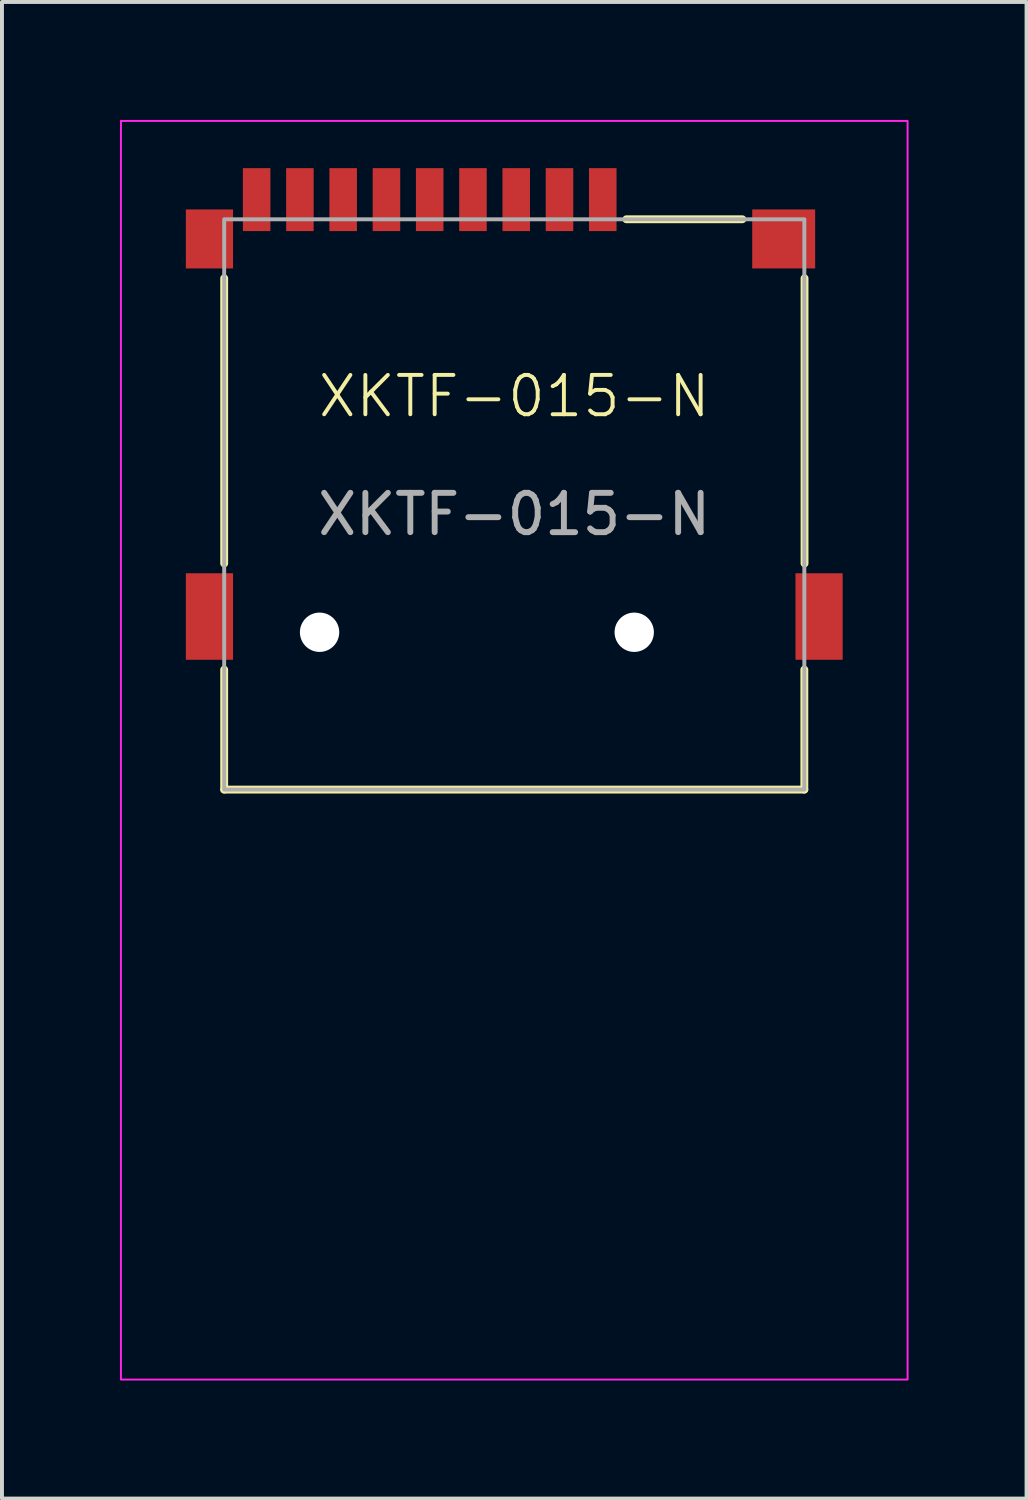
<source format=kicad_pcb>
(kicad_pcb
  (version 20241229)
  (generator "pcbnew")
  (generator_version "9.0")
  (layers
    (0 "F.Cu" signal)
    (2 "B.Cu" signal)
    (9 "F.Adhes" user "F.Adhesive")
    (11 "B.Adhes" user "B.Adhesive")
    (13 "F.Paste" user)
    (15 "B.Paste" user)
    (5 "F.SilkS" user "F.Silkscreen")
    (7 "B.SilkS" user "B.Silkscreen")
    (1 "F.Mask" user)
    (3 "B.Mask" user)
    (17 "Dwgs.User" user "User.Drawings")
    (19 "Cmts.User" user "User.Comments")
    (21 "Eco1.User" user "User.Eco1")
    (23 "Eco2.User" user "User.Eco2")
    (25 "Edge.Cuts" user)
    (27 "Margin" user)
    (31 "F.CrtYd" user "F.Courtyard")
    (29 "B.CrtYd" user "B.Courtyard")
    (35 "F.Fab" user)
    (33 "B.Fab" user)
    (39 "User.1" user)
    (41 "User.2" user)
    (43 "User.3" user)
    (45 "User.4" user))
  (footprint "XKTF-015-N"
    (layer "F.Cu")
    (at 10.025 13.025)
    (property "Reference" "XKTF-015-N" (at 0 -6 0) (unlocked yes) (layer "F.SilkS") (effects (font (size 1 1) (thickness 0.1))))
    (attr smd)
    (fp_line (start -7.375 -9) (end -7.375 -1.75) (stroke (width 0.2) (type default)) (layer "F.SilkS"))
    (fp_line (start -7.375 4) (end -7.375 0.95) (stroke (width 0.2) (type default)) (layer "F.SilkS"))
    (fp_line (start -7.375 4) (end 7.375 4) (stroke (width 0.2) (type default)) (layer "F.SilkS"))
    (fp_line (start 2.85 -10.5) (end 5.8 -10.5) (stroke (width 0.2) (type default)) (layer "F.SilkS"))
    (fp_line (start 7.375 4) (end 7.375 0.95) (stroke (width 0.2) (type default)) (layer "F.SilkS"))
    (fp_line (start 7.38 -9) (end 7.38 -1.75) (stroke (width 0.2) (type default)) (layer "F.SilkS"))
    (fp_rect (start -10 -13) (end 10 19) (stroke (width 0.05) (type default)) (fill no) (layer "F.CrtYd"))
    (fp_rect (start -7.375 -10.5) (end 7.375 4) (stroke (width 0.1) (type default)) (fill no) (layer "F.Fab"))
    (fp_text user "${REFERENCE}" (at 0 -3 0) (unlocked yes) (layer "F.Fab") (effects (font (size 1 1) (thickness 0.15))))
    (pad "" smd rect (at -7.75 -10) (size 1.2 1.5) (layers "F.Cu" "F.Mask" "F.Paste"))
    (pad "" smd rect (at -7.75 -0.4) (size 1.2 2.2) (layers "F.Cu" "F.Mask" "F.Paste"))
    (pad "" np_thru_hole circle (at -4.95 0) (size 1 1) (drill 1) (layers "*.Cu" "*.Mask"))
    (pad "" np_thru_hole circle (at 3.05 0) (size 1 1) (drill 1) (layers "*.Cu" "*.Mask"))
    (pad "" smd rect (at 6.85 -10) (size 1.6 1.5) (layers "F.Cu" "F.Mask" "F.Paste"))
    (pad "" smd rect (at 7.75 -0.4) (size 1.2 2.2) (layers "F.Cu" "F.Mask" "F.Paste"))
    (pad "1" smd rect (at 2.25 -11) (size 0.7 1.6) (layers "F.Cu" "F.Mask" "F.Paste"))
    (pad "2" smd rect (at 1.15 -11) (size 0.7 1.6) (layers "F.Cu" "F.Mask" "F.Paste"))
    (pad "3" smd rect (at 0.05 -11) (size 0.7 1.6) (layers "F.Cu" "F.Mask" "F.Paste"))
    (pad "4" smd rect (at -1.05 -11) (size 0.7 1.6) (layers "F.Cu" "F.Mask" "F.Paste"))
    (pad "5" smd rect (at -2.15 -11) (size 0.7 1.6) (layers "F.Cu" "F.Mask" "F.Paste"))
    (pad "6" smd rect (at -3.25 -11) (size 0.7 1.6) (layers "F.Cu" "F.Mask" "F.Paste"))
    (pad "7" smd rect (at -4.35 -11) (size 0.7 1.6) (layers "F.Cu" "F.Mask" "F.Paste"))
    (pad "8" smd rect (at -5.45 -11) (size 0.7 1.6) (layers "F.Cu" "F.Mask" "F.Paste"))
    (pad "Cd" smd rect (at -6.55 -11) (size 0.7 1.6) (layers "F.Cu" "F.Mask" "F.Paste")))
  (gr_rect
    (start -3 -3)
    (end 23.05 35.05)
    (stroke (width 0.1) (type default))
    (fill no)
    (layer "Edge.Cuts")))
</source>
